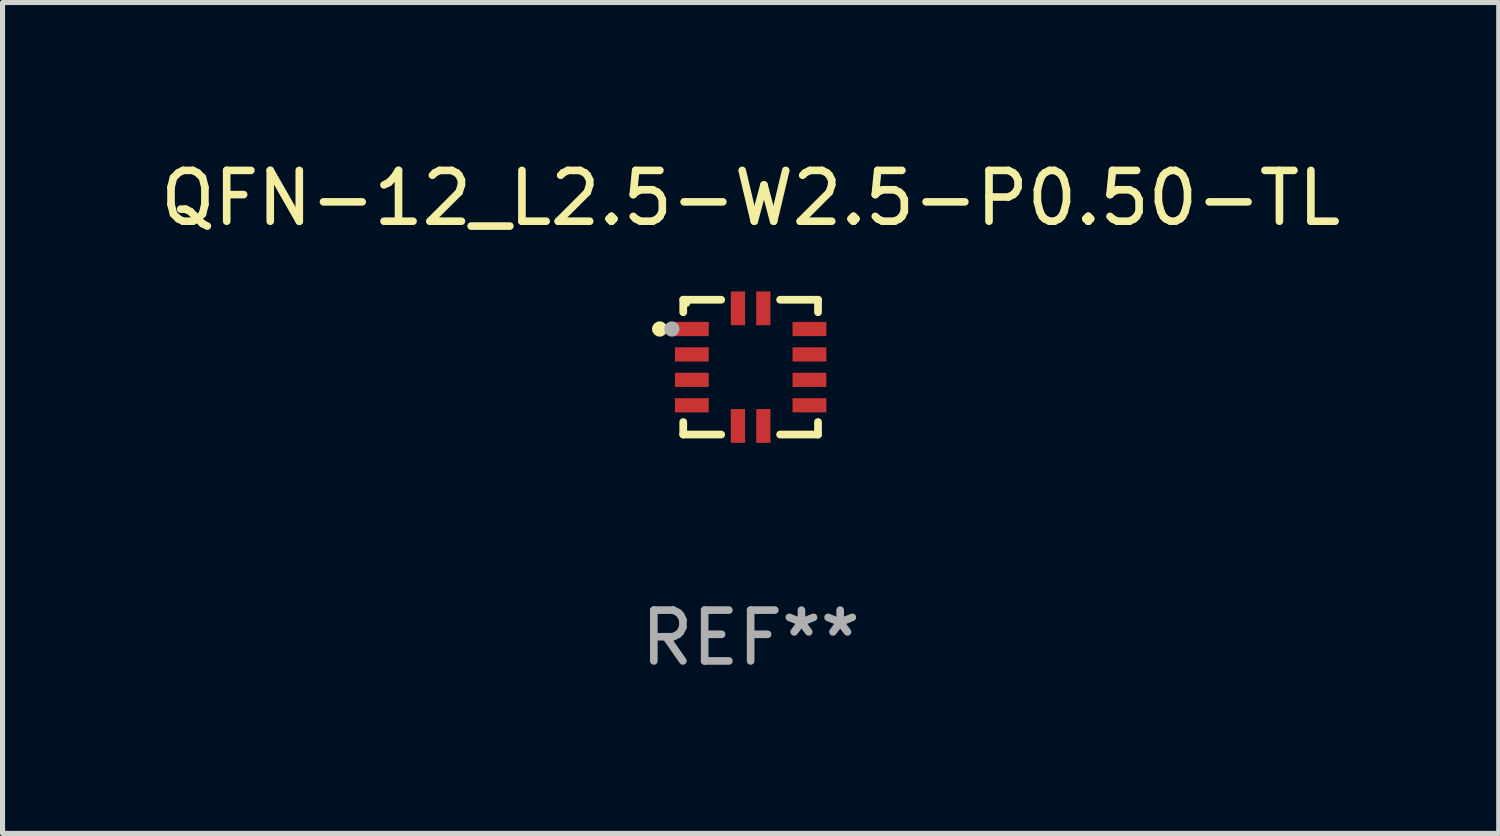
<source format=kicad_pcb>
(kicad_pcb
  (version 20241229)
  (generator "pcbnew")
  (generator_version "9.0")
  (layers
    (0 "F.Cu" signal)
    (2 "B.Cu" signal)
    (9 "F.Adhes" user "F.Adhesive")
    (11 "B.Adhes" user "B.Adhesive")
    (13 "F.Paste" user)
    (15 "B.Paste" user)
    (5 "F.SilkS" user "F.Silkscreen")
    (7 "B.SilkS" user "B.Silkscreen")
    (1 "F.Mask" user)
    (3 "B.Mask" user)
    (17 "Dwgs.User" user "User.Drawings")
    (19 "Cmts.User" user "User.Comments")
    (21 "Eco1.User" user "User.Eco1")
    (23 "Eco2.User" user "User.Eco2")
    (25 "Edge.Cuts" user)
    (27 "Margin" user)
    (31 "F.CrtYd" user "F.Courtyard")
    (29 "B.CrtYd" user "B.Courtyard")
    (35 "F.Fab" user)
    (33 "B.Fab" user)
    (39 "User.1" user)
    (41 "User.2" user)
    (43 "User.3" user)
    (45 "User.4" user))
  (footprint "QFN-12_L2.5-W2.5-P0.50-TL"
    (layer "F.Cu")
    (at 11.72 4.174)
    (property "Reference" "QFN-12_L2.5-W2.5-P0.50-TL" (at 0 -3.326 0) (layer "F.SilkS") (effects (font (size 1 1) (thickness 0.15))))
    (attr smd)
    (fp_line (start -1.326 -1.326) (end -1.326 -1.08) (stroke (width 0.152) (type solid)) (layer "F.SilkS"))
    (fp_line (start -1.326 1.326) (end -1.326 1.08) (stroke (width 0.152) (type solid)) (layer "F.SilkS"))
    (fp_line (start -0.58 -1.326) (end -1.326 -1.326) (stroke (width 0.152) (type solid)) (layer "F.SilkS"))
    (fp_line (start -0.58 1.326) (end -1.326 1.326) (stroke (width 0.152) (type solid)) (layer "F.SilkS"))
    (fp_line (start 0.58 -1.326) (end 1.326 -1.326) (stroke (width 0.152) (type solid)) (layer "F.SilkS"))
    (fp_line (start 0.58 1.326) (end 1.326 1.326) (stroke (width 0.152) (type solid)) (layer "F.SilkS"))
    (fp_line (start 1.326 -1.326) (end 1.326 -1.08) (stroke (width 0.152) (type solid)) (layer "F.SilkS"))
    (fp_line (start 1.326 1.326) (end 1.326 1.08) (stroke (width 0.152) (type solid)) (layer "F.SilkS"))
    (fp_circle (center -1.79 -0.75) (end -1.715 -0.75) (stroke (width 0.15) (type solid)) (fill no) (layer "F.SilkS"))
    (fp_circle (center -1.25 -1.25) (end -1.22 -1.25) (stroke (width 0.06) (type solid)) (fill no) (layer "F.SilkS"))
    (fp_circle (center -1.55 -0.75) (end -1.475 -0.75) (stroke (width 0.15) (type solid)) (fill no) (layer "F.Fab"))
    (fp_text user "REF**" (at 0 5.326 0) (layer "F.Fab") (effects (font (size 1 1) (thickness 0.15))))
    (pad "1" smd rect (at -1.157 -0.75) (size 0.665 0.28) (layers "F.Cu" "F.Mask" "F.Paste"))
    (pad "2" smd rect (at -1.157 -0.25) (size 0.665 0.28) (layers "F.Cu" "F.Mask" "F.Paste"))
    (pad "3" smd rect (at -1.157 0.25) (size 0.665 0.28) (layers "F.Cu" "F.Mask" "F.Paste"))
    (pad "4" smd rect (at -1.157 0.75) (size 0.665 0.28) (layers "F.Cu" "F.Mask" "F.Paste"))
    (pad "5" smd rect (at -0.25 1.157) (size 0.28 0.665) (layers "F.Cu" "F.Mask" "F.Paste"))
    (pad "6" smd rect (at 0.25 1.157) (size 0.28 0.665) (layers "F.Cu" "F.Mask" "F.Paste"))
    (pad "7" smd rect (at 1.157 0.75) (size 0.665 0.28) (layers "F.Cu" "F.Mask" "F.Paste"))
    (pad "8" smd rect (at 1.157 0.25) (size 0.665 0.28) (layers "F.Cu" "F.Mask" "F.Paste"))
    (pad "9" smd rect (at 1.157 -0.25) (size 0.665 0.28) (layers "F.Cu" "F.Mask" "F.Paste"))
    (pad "10" smd rect (at 1.157 -0.75) (size 0.665 0.28) (layers "F.Cu" "F.Mask" "F.Paste"))
    (pad "11" smd rect (at 0.25 -1.157) (size 0.28 0.665) (layers "F.Cu" "F.Mask" "F.Paste"))
    (pad "12" smd rect (at -0.25 -1.157) (size 0.28 0.665) (layers "F.Cu" "F.Mask" "F.Paste")))
  (gr_rect
    (start -3 -3)
    (end 26.44 13.349)
    (stroke (width 0.1) (type default))
    (fill no)
    (layer "Edge.Cuts")))
</source>
